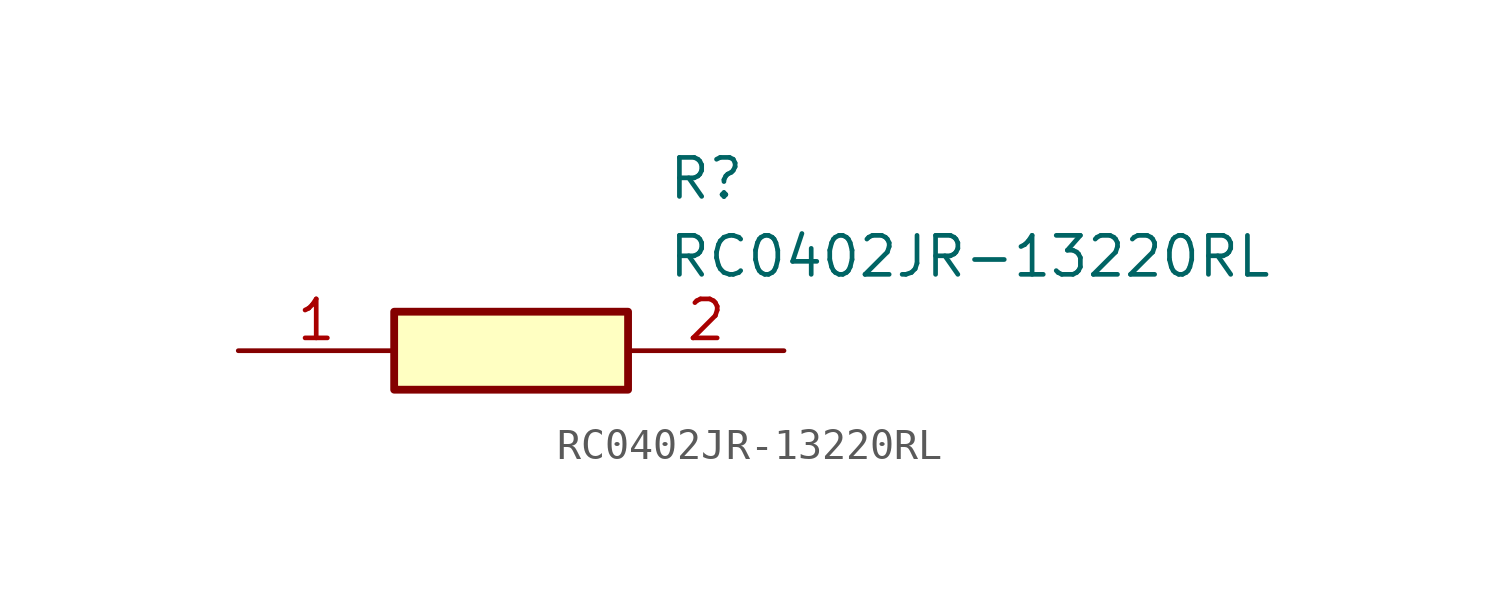
<source format=kicad_sym>
(kicad_symbol_lib
  (version 20211014)
  (generator SamacSys_ECAD_Model)
  (symbol "RC0402JR-13220RL"
    (pin_names hide)
    (property "Reference" "R"
      (at 13.97 6.35 0)
      (effects (font (size 1.27 1.27)) (justify left top)))
    (property "Value" "RC0402JR-13220RL"
      (at 13.97 3.81 0)
      (effects (font (size 1.27 1.27)) (justify left top)))
    (rectangle
      (start 5.08 1.27)
      (end 12.7 -1.27)
      (stroke (width 0.254) (type default))
      (fill (type background)))
    (pin passive line
      (at 0 0 0)
      (length 5.08)
      (name "1" (effects (font (size 1.27 1.27))))
      (number "1" (effects (font (size 1.27 1.27)))))
    (pin passive line
      (at 17.78 0 180)
      (length 5.08)
      (name "2" (effects (font (size 1.27 1.27))))
      (number "2" (effects (font (size 1.27 1.27)))))))
</source>
